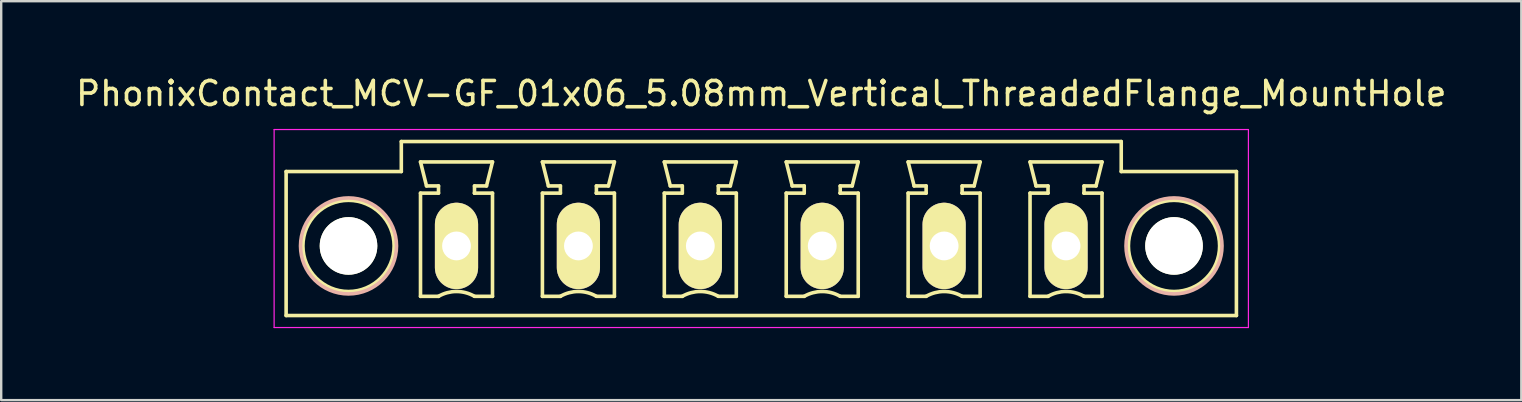
<source format=kicad_pcb>
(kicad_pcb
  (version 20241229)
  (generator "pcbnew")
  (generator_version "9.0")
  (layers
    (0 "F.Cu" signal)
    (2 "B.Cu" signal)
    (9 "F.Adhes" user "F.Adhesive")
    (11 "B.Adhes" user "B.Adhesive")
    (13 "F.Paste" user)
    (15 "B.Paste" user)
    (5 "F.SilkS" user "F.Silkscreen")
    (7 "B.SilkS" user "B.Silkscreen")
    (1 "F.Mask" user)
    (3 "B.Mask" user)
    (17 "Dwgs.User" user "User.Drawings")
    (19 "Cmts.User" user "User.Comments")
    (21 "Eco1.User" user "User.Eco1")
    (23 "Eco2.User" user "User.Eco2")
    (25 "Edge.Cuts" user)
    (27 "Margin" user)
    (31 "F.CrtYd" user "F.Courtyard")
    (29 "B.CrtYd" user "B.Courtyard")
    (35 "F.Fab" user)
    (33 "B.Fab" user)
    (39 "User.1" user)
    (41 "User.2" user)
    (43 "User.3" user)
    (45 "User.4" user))
  (footprint "PhonixContact_MCV-GF_01x06_5.08mm_Vertical_ThreadedFlange_MountHole"
    (layer "F.Cu")
    (at 15.973 7.198)
    (property "Reference" "PhonixContact_MCV-GF_01x06_5.08mm_Vertical_ThreadedFlange_MountHole" (at 12.7 -6.35 0) (layer "F.SilkS") (effects (font (size 1 1) (thickness 0.15))))
    (attr through_hole)
    (fp_line (start -7.1 -3.1) (end -7.1 2.9) (stroke (width 0.15) (type solid)) (layer "F.SilkS"))
    (fp_line (start -7.1 2.9) (end 32.5 2.9) (stroke (width 0.15) (type solid)) (layer "F.SilkS"))
    (fp_line (start -2.3 -4.35) (end -2.3 -3.1) (stroke (width 0.15) (type solid)) (layer "F.SilkS"))
    (fp_line (start -2.3 -3.1) (end -7.1 -3.1) (stroke (width 0.15) (type solid)) (layer "F.SilkS"))
    (fp_line (start -1.5 -3.5) (end 1.5 -3.5) (stroke (width 0.15) (type solid)) (layer "F.SilkS"))
    (fp_line (start -1.5 -2.2) (end -0.75 -2.2) (stroke (width 0.15) (type solid)) (layer "F.SilkS"))
    (fp_line (start -1.5 2.1) (end -1.5 -2.2) (stroke (width 0.15) (type solid)) (layer "F.SilkS"))
    (fp_line (start -1.25 -2.5) (end -1.5 -3.5) (stroke (width 0.15) (type solid)) (layer "F.SilkS"))
    (fp_line (start -0.75 -2.5) (end -1.25 -2.5) (stroke (width 0.15) (type solid)) (layer "F.SilkS"))
    (fp_line (start -0.75 -2.2) (end -0.75 -2.5) (stroke (width 0.15) (type solid)) (layer "F.SilkS"))
    (fp_line (start -0.75 2.1) (end -1.5 2.1) (stroke (width 0.15) (type solid)) (layer "F.SilkS"))
    (fp_line (start 0.75 -2.5) (end 0.75 -2.2) (stroke (width 0.15) (type solid)) (layer "F.SilkS"))
    (fp_line (start 0.75 -2.2) (end 0.75 -2.2) (stroke (width 0.15) (type solid)) (layer "F.SilkS"))
    (fp_line (start 0.75 -2.2) (end 1.5 -2.2) (stroke (width 0.15) (type solid)) (layer "F.SilkS"))
    (fp_line (start 1.25 -2.5) (end 0.75 -2.5) (stroke (width 0.15) (type solid)) (layer "F.SilkS"))
    (fp_line (start 1.5 -3.5) (end 1.25 -2.5) (stroke (width 0.15) (type solid)) (layer "F.SilkS"))
    (fp_line (start 1.5 -2.2) (end 1.5 2.1) (stroke (width 0.15) (type solid)) (layer "F.SilkS"))
    (fp_line (start 1.5 2.1) (end 0.75 2.1) (stroke (width 0.15) (type solid)) (layer "F.SilkS"))
    (fp_line (start 3.58 -3.5) (end 6.58 -3.5) (stroke (width 0.15) (type solid)) (layer "F.SilkS"))
    (fp_line (start 3.58 -2.2) (end 4.33 -2.2) (stroke (width 0.15) (type solid)) (layer "F.SilkS"))
    (fp_line (start 3.58 2.1) (end 3.58 -2.2) (stroke (width 0.15) (type solid)) (layer "F.SilkS"))
    (fp_line (start 3.83 -2.5) (end 3.58 -3.5) (stroke (width 0.15) (type solid)) (layer "F.SilkS"))
    (fp_line (start 4.33 -2.5) (end 3.83 -2.5) (stroke (width 0.15) (type solid)) (layer "F.SilkS"))
    (fp_line (start 4.33 -2.2) (end 4.33 -2.5) (stroke (width 0.15) (type solid)) (layer "F.SilkS"))
    (fp_line (start 4.33 2.1) (end 3.58 2.1) (stroke (width 0.15) (type solid)) (layer "F.SilkS"))
    (fp_line (start 5.83 -2.5) (end 5.83 -2.2) (stroke (width 0.15) (type solid)) (layer "F.SilkS"))
    (fp_line (start 5.83 -2.2) (end 5.83 -2.2) (stroke (width 0.15) (type solid)) (layer "F.SilkS"))
    (fp_line (start 5.83 -2.2) (end 6.58 -2.2) (stroke (width 0.15) (type solid)) (layer "F.SilkS"))
    (fp_line (start 6.33 -2.5) (end 5.83 -2.5) (stroke (width 0.15) (type solid)) (layer "F.SilkS"))
    (fp_line (start 6.58 -3.5) (end 6.33 -2.5) (stroke (width 0.15) (type solid)) (layer "F.SilkS"))
    (fp_line (start 6.58 -2.2) (end 6.58 2.1) (stroke (width 0.15) (type solid)) (layer "F.SilkS"))
    (fp_line (start 6.58 2.1) (end 5.83 2.1) (stroke (width 0.15) (type solid)) (layer "F.SilkS"))
    (fp_line (start 8.66 -3.5) (end 11.66 -3.5) (stroke (width 0.15) (type solid)) (layer "F.SilkS"))
    (fp_line (start 8.66 -2.2) (end 9.41 -2.2) (stroke (width 0.15) (type solid)) (layer "F.SilkS"))
    (fp_line (start 8.66 2.1) (end 8.66 -2.2) (stroke (width 0.15) (type solid)) (layer "F.SilkS"))
    (fp_line (start 8.91 -2.5) (end 8.66 -3.5) (stroke (width 0.15) (type solid)) (layer "F.SilkS"))
    (fp_line (start 9.41 -2.5) (end 8.91 -2.5) (stroke (width 0.15) (type solid)) (layer "F.SilkS"))
    (fp_line (start 9.41 -2.2) (end 9.41 -2.5) (stroke (width 0.15) (type solid)) (layer "F.SilkS"))
    (fp_line (start 9.41 2.1) (end 8.66 2.1) (stroke (width 0.15) (type solid)) (layer "F.SilkS"))
    (fp_line (start 10.91 -2.5) (end 10.91 -2.2) (stroke (width 0.15) (type solid)) (layer "F.SilkS"))
    (fp_line (start 10.91 -2.2) (end 10.91 -2.2) (stroke (width 0.15) (type solid)) (layer "F.SilkS"))
    (fp_line (start 10.91 -2.2) (end 11.66 -2.2) (stroke (width 0.15) (type solid)) (layer "F.SilkS"))
    (fp_line (start 11.41 -2.5) (end 10.91 -2.5) (stroke (width 0.15) (type solid)) (layer "F.SilkS"))
    (fp_line (start 11.66 -3.5) (end 11.41 -2.5) (stroke (width 0.15) (type solid)) (layer "F.SilkS"))
    (fp_line (start 11.66 -2.2) (end 11.66 2.1) (stroke (width 0.15) (type solid)) (layer "F.SilkS"))
    (fp_line (start 11.66 2.1) (end 10.91 2.1) (stroke (width 0.15) (type solid)) (layer "F.SilkS"))
    (fp_line (start 13.74 -3.5) (end 16.74 -3.5) (stroke (width 0.15) (type solid)) (layer "F.SilkS"))
    (fp_line (start 13.74 -2.2) (end 14.49 -2.2) (stroke (width 0.15) (type solid)) (layer "F.SilkS"))
    (fp_line (start 13.74 2.1) (end 13.74 -2.2) (stroke (width 0.15) (type solid)) (layer "F.SilkS"))
    (fp_line (start 13.99 -2.5) (end 13.74 -3.5) (stroke (width 0.15) (type solid)) (layer "F.SilkS"))
    (fp_line (start 14.49 -2.5) (end 13.99 -2.5) (stroke (width 0.15) (type solid)) (layer "F.SilkS"))
    (fp_line (start 14.49 -2.2) (end 14.49 -2.5) (stroke (width 0.15) (type solid)) (layer "F.SilkS"))
    (fp_line (start 14.49 2.1) (end 13.74 2.1) (stroke (width 0.15) (type solid)) (layer "F.SilkS"))
    (fp_line (start 15.99 -2.5) (end 15.99 -2.2) (stroke (width 0.15) (type solid)) (layer "F.SilkS"))
    (fp_line (start 15.99 -2.2) (end 15.99 -2.2) (stroke (width 0.15) (type solid)) (layer "F.SilkS"))
    (fp_line (start 15.99 -2.2) (end 16.74 -2.2) (stroke (width 0.15) (type solid)) (layer "F.SilkS"))
    (fp_line (start 16.49 -2.5) (end 15.99 -2.5) (stroke (width 0.15) (type solid)) (layer "F.SilkS"))
    (fp_line (start 16.74 -3.5) (end 16.49 -2.5) (stroke (width 0.15) (type solid)) (layer "F.SilkS"))
    (fp_line (start 16.74 -2.2) (end 16.74 2.1) (stroke (width 0.15) (type solid)) (layer "F.SilkS"))
    (fp_line (start 16.74 2.1) (end 15.99 2.1) (stroke (width 0.15) (type solid)) (layer "F.SilkS"))
    (fp_line (start 18.82 -3.5) (end 21.82 -3.5) (stroke (width 0.15) (type solid)) (layer "F.SilkS"))
    (fp_line (start 18.82 -2.2) (end 19.57 -2.2) (stroke (width 0.15) (type solid)) (layer "F.SilkS"))
    (fp_line (start 18.82 2.1) (end 18.82 -2.2) (stroke (width 0.15) (type solid)) (layer "F.SilkS"))
    (fp_line (start 19.07 -2.5) (end 18.82 -3.5) (stroke (width 0.15) (type solid)) (layer "F.SilkS"))
    (fp_line (start 19.57 -2.5) (end 19.07 -2.5) (stroke (width 0.15) (type solid)) (layer "F.SilkS"))
    (fp_line (start 19.57 -2.2) (end 19.57 -2.5) (stroke (width 0.15) (type solid)) (layer "F.SilkS"))
    (fp_line (start 19.57 2.1) (end 18.82 2.1) (stroke (width 0.15) (type solid)) (layer "F.SilkS"))
    (fp_line (start 21.07 -2.5) (end 21.07 -2.2) (stroke (width 0.15) (type solid)) (layer "F.SilkS"))
    (fp_line (start 21.07 -2.2) (end 21.07 -2.2) (stroke (width 0.15) (type solid)) (layer "F.SilkS"))
    (fp_line (start 21.07 -2.2) (end 21.82 -2.2) (stroke (width 0.15) (type solid)) (layer "F.SilkS"))
    (fp_line (start 21.57 -2.5) (end 21.07 -2.5) (stroke (width 0.15) (type solid)) (layer "F.SilkS"))
    (fp_line (start 21.82 -3.5) (end 21.57 -2.5) (stroke (width 0.15) (type solid)) (layer "F.SilkS"))
    (fp_line (start 21.82 -2.2) (end 21.82 2.1) (stroke (width 0.15) (type solid)) (layer "F.SilkS"))
    (fp_line (start 21.82 2.1) (end 21.07 2.1) (stroke (width 0.15) (type solid)) (layer "F.SilkS"))
    (fp_line (start 23.9 -3.5) (end 26.9 -3.5) (stroke (width 0.15) (type solid)) (layer "F.SilkS"))
    (fp_line (start 23.9 -2.2) (end 24.65 -2.2) (stroke (width 0.15) (type solid)) (layer "F.SilkS"))
    (fp_line (start 23.9 2.1) (end 23.9 -2.2) (stroke (width 0.15) (type solid)) (layer "F.SilkS"))
    (fp_line (start 24.15 -2.5) (end 23.9 -3.5) (stroke (width 0.15) (type solid)) (layer "F.SilkS"))
    (fp_line (start 24.65 -2.5) (end 24.15 -2.5) (stroke (width 0.15) (type solid)) (layer "F.SilkS"))
    (fp_line (start 24.65 -2.2) (end 24.65 -2.5) (stroke (width 0.15) (type solid)) (layer "F.SilkS"))
    (fp_line (start 24.65 2.1) (end 23.9 2.1) (stroke (width 0.15) (type solid)) (layer "F.SilkS"))
    (fp_line (start 26.15 -2.5) (end 26.15 -2.2) (stroke (width 0.15) (type solid)) (layer "F.SilkS"))
    (fp_line (start 26.15 -2.2) (end 26.15 -2.2) (stroke (width 0.15) (type solid)) (layer "F.SilkS"))
    (fp_line (start 26.15 -2.2) (end 26.9 -2.2) (stroke (width 0.15) (type solid)) (layer "F.SilkS"))
    (fp_line (start 26.65 -2.5) (end 26.15 -2.5) (stroke (width 0.15) (type solid)) (layer "F.SilkS"))
    (fp_line (start 26.9 -3.5) (end 26.65 -2.5) (stroke (width 0.15) (type solid)) (layer "F.SilkS"))
    (fp_line (start 26.9 -2.2) (end 26.9 2.1) (stroke (width 0.15) (type solid)) (layer "F.SilkS"))
    (fp_line (start 26.9 2.1) (end 26.15 2.1) (stroke (width 0.15) (type solid)) (layer "F.SilkS"))
    (fp_line (start 27.7 -4.35) (end -2.3 -4.35) (stroke (width 0.15) (type solid)) (layer "F.SilkS"))
    (fp_line (start 27.7 -3.1) (end 27.7 -4.35) (stroke (width 0.15) (type solid)) (layer "F.SilkS"))
    (fp_line (start 32.5 -3.1) (end 27.7 -3.1) (stroke (width 0.15) (type solid)) (layer "F.SilkS"))
    (fp_line (start 32.5 2.9) (end 32.5 -3.1) (stroke (width 0.15) (type solid)) (layer "F.SilkS"))
    (fp_arc (start -0.75 2.1) (mid -0.006068 1.899179) (end 0.739464 2.093978) (stroke (width 0.15) (type solid)) (layer "F.SilkS"))
    (fp_arc (start 4.33 2.1) (mid 5.073932 1.899179) (end 5.819464 2.093978) (stroke (width 0.15) (type solid)) (layer "F.SilkS"))
    (fp_arc (start 9.41 2.1) (mid 10.153932 1.899179) (end 10.899464 2.093978) (stroke (width 0.15) (type solid)) (layer "F.SilkS"))
    (fp_arc (start 14.49 2.1) (mid 15.233932 1.899179) (end 15.979464 2.093978) (stroke (width 0.15) (type solid)) (layer "F.SilkS"))
    (fp_arc (start 19.57 2.1) (mid 20.313932 1.899179) (end 21.059464 2.093978) (stroke (width 0.15) (type solid)) (layer "F.SilkS"))
    (fp_arc (start 24.65 2.1) (mid 25.393932 1.899179) (end 26.139464 2.093978) (stroke (width 0.15) (type solid)) (layer "F.SilkS"))
    (fp_circle (center -4.5 0) (end -2.6 0) (stroke (width 0.15) (type solid)) (fill no) (layer "F.SilkS"))
    (fp_circle (center 29.9 0) (end 31.8 0) (stroke (width 0.15) (type solid)) (fill no) (layer "F.SilkS"))
    (fp_circle (center -4.5 0) (end -2.5 0) (stroke (width 0.15) (type solid)) (fill no) (layer "B.SilkS"))
    (fp_circle (center 29.9 0) (end 31.9 0) (stroke (width 0.15) (type solid)) (fill no) (layer "B.SilkS"))
    (fp_line (start -7.6 -4.85) (end -7.6 3.4) (stroke (width 0.05) (type solid)) (layer "F.CrtYd"))
    (fp_line (start -7.6 3.4) (end 33 3.4) (stroke (width 0.05) (type solid)) (layer "F.CrtYd"))
    (fp_line (start 33 -4.85) (end -7.6 -4.85) (stroke (width 0.05) (type solid)) (layer "F.CrtYd"))
    (fp_line (start 33 3.4) (end 33 -4.85) (stroke (width 0.05) (type solid)) (layer "F.CrtYd"))
    (pad "" np_thru_hole circle (at -4.5 0) (size 2.4 2.4) (drill 2.4) (layers "*.Cu" "*.Mask" "F.SilkS"))
    (pad "" np_thru_hole circle (at 29.9 0) (size 2.4 2.4) (drill 2.4) (layers "*.Cu" "*.Mask" "F.SilkS"))
    (pad "1" thru_hole oval (at 0 0) (size 1.8 3.6) (drill 1.2) (layers "*.Cu" "*.Mask" "F.SilkS"))
    (pad "2" thru_hole oval (at 5.08 0) (size 1.8 3.6) (drill 1.2) (layers "*.Cu" "*.Mask" "F.SilkS"))
    (pad "3" thru_hole oval (at 10.16 0) (size 1.8 3.6) (drill 1.2) (layers "*.Cu" "*.Mask" "F.SilkS"))
    (pad "4" thru_hole oval (at 15.24 0) (size 1.8 3.6) (drill 1.2) (layers "*.Cu" "*.Mask" "F.SilkS"))
    (pad "5" thru_hole oval (at 20.32 0) (size 1.8 3.6) (drill 1.2) (layers "*.Cu" "*.Mask" "F.SilkS"))
    (pad "6" thru_hole oval (at 25.4 0) (size 1.8 3.6) (drill 1.2) (layers "*.Cu" "*.Mask" "F.SilkS")))
  (gr_rect
    (start -3 -3)
    (end 60.345 13.623)
    (stroke (width 0.1) (type default))
    (fill no)
    (layer "Edge.Cuts")))
</source>
